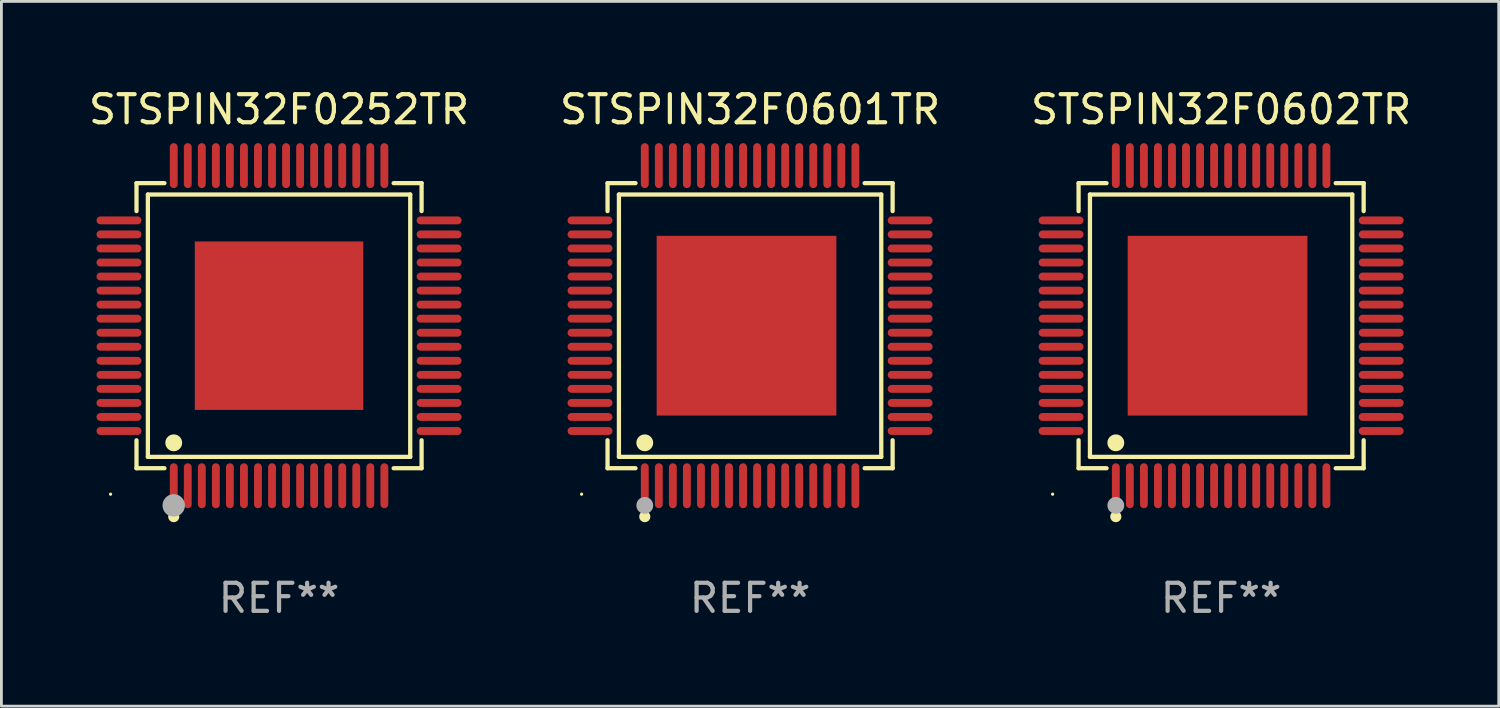
<source format=kicad_pcb>
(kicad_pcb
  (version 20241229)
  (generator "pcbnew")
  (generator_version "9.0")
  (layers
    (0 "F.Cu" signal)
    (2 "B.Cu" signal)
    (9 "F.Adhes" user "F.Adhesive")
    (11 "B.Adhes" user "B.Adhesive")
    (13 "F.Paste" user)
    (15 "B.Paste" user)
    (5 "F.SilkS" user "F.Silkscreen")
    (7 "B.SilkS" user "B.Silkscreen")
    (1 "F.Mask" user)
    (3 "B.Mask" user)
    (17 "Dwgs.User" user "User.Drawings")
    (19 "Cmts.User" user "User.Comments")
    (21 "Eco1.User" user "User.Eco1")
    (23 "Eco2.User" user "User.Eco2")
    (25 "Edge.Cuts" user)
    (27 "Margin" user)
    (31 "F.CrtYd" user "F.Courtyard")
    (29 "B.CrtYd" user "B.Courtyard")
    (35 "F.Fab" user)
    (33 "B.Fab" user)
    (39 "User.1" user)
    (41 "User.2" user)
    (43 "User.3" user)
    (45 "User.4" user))
  (footprint "STSPIN32F0601TR"
    (layer "F.Cu")
    (at 23.661 8.548)
    (property "Reference" "STSPIN32F0601TR" (at 0 -7.7 0) (layer "F.SilkS") (effects (font (size 1 1) (thickness 0.15))))
    (attr through_hole)
    (fp_line (start -5.076 -5.076) (end -4.08 -5.076) (stroke (width 0.152) (type solid)) (layer "F.SilkS"))
    (fp_line (start -5.076 -4.08) (end -5.076 -5.076) (stroke (width 0.152) (type solid)) (layer "F.SilkS"))
    (fp_line (start -5.076 4.08) (end -5.076 5.076) (stroke (width 0.152) (type solid)) (layer "F.SilkS"))
    (fp_line (start -5.076 5.076) (end -4.08 5.076) (stroke (width 0.152) (type solid)) (layer "F.SilkS"))
    (fp_line (start -4.671 -4.671) (end 4.671 -4.671) (stroke (width 0.152) (type solid)) (layer "F.SilkS"))
    (fp_line (start -4.671 4.671) (end -4.671 -4.671) (stroke (width 0.152) (type solid)) (layer "F.SilkS"))
    (fp_line (start 4.671 -4.671) (end 4.671 4.671) (stroke (width 0.152) (type solid)) (layer "F.SilkS"))
    (fp_line (start 4.671 4.671) (end -4.671 4.671) (stroke (width 0.152) (type solid)) (layer "F.SilkS"))
    (fp_line (start 5.076 -5.076) (end 4.08 -5.076) (stroke (width 0.152) (type solid)) (layer "F.SilkS"))
    (fp_line (start 5.076 -4.08) (end 5.076 -5.076) (stroke (width 0.152) (type solid)) (layer "F.SilkS"))
    (fp_line (start 5.076 4.08) (end 5.076 5.076) (stroke (width 0.152) (type solid)) (layer "F.SilkS"))
    (fp_line (start 5.076 5.076) (end 4.08 5.076) (stroke (width 0.152) (type solid)) (layer "F.SilkS"))
    (fp_circle (center -6 6) (end -5.97 6) (stroke (width 0.06) (type solid)) (fill no) (layer "F.SilkS"))
    (fp_circle (center -3.75 4.171) (end -3.6 4.171) (stroke (width 0.3) (type solid)) (fill no) (layer "F.SilkS"))
    (fp_circle (center -3.75 6.8) (end -3.65 6.8) (stroke (width 0.2) (type solid)) (fill no) (layer "F.SilkS"))
    (fp_circle (center -3.75 6.4) (end -3.6 6.4) (stroke (width 0.3) (type solid)) (fill no) (layer "F.Fab"))
    (fp_text user "REF**" (at 0 9.7 0) (layer "F.Fab") (effects (font (size 1 1) (thickness 0.15))))
    (pad "1" smd oval (at -3.75 5.7) (size 0.28 1.6) (layers "F.Cu" "F.Mask" "F.Paste"))
    (pad "2" smd oval (at -3.25 5.7) (size 0.28 1.6) (layers "F.Cu" "F.Mask" "F.Paste"))
    (pad "3" smd oval (at -2.75 5.7) (size 0.28 1.6) (layers "F.Cu" "F.Mask" "F.Paste"))
    (pad "4" smd oval (at -2.25 5.7) (size 0.28 1.6) (layers "F.Cu" "F.Mask" "F.Paste"))
    (pad "5" smd oval (at -1.75 5.7) (size 0.28 1.6) (layers "F.Cu" "F.Mask" "F.Paste"))
    (pad "6" smd oval (at -1.25 5.7) (size 0.28 1.6) (layers "F.Cu" "F.Mask" "F.Paste"))
    (pad "7" smd oval (at -0.75 5.7) (size 0.28 1.6) (layers "F.Cu" "F.Mask" "F.Paste"))
    (pad "8" smd oval (at -0.25 5.7) (size 0.28 1.6) (layers "F.Cu" "F.Mask" "F.Paste"))
    (pad "9" smd oval (at 0.25 5.7) (size 0.28 1.6) (layers "F.Cu" "F.Mask" "F.Paste"))
    (pad "10" smd oval (at 0.75 5.7) (size 0.28 1.6) (layers "F.Cu" "F.Mask" "F.Paste"))
    (pad "11" smd oval (at 1.25 5.7) (size 0.28 1.6) (layers "F.Cu" "F.Mask" "F.Paste"))
    (pad "12" smd oval (at 1.75 5.7) (size 0.28 1.6) (layers "F.Cu" "F.Mask" "F.Paste"))
    (pad "13" smd oval (at 2.25 5.7) (size 0.28 1.6) (layers "F.Cu" "F.Mask" "F.Paste"))
    (pad "14" smd oval (at 2.75 5.7) (size 0.28 1.6) (layers "F.Cu" "F.Mask" "F.Paste"))
    (pad "15" smd oval (at 3.25 5.7) (size 0.28 1.6) (layers "F.Cu" "F.Mask" "F.Paste"))
    (pad "16" smd oval (at 3.75 5.7) (size 0.28 1.6) (layers "F.Cu" "F.Mask" "F.Paste"))
    (pad "17" smd oval (at 5.7 3.75) (size 1.6 0.28) (layers "F.Cu" "F.Mask" "F.Paste"))
    (pad "18" smd oval (at 5.7 3.25) (size 1.6 0.28) (layers "F.Cu" "F.Mask" "F.Paste"))
    (pad "19" smd oval (at 5.7 2.75) (size 1.6 0.28) (layers "F.Cu" "F.Mask" "F.Paste"))
    (pad "20" smd oval (at 5.7 2.25) (size 1.6 0.28) (layers "F.Cu" "F.Mask" "F.Paste"))
    (pad "21" smd oval (at 5.7 1.75) (size 1.6 0.28) (layers "F.Cu" "F.Mask" "F.Paste"))
    (pad "22" smd oval (at 5.7 1.25) (size 1.6 0.28) (layers "F.Cu" "F.Mask" "F.Paste"))
    (pad "23" smd oval (at 5.7 0.75) (size 1.6 0.28) (layers "F.Cu" "F.Mask" "F.Paste"))
    (pad "24" smd oval (at 5.7 0.25) (size 1.6 0.28) (layers "F.Cu" "F.Mask" "F.Paste"))
    (pad "25" smd oval (at 5.7 -0.25) (size 1.6 0.28) (layers "F.Cu" "F.Mask" "F.Paste"))
    (pad "26" smd oval (at 5.7 -0.75) (size 1.6 0.28) (layers "F.Cu" "F.Mask" "F.Paste"))
    (pad "27" smd oval (at 5.7 -1.25) (size 1.6 0.28) (layers "F.Cu" "F.Mask" "F.Paste"))
    (pad "28" smd oval (at 5.7 -1.75) (size 1.6 0.28) (layers "F.Cu" "F.Mask" "F.Paste"))
    (pad "29" smd oval (at 5.7 -2.25) (size 1.6 0.28) (layers "F.Cu" "F.Mask" "F.Paste"))
    (pad "30" smd oval (at 5.7 -2.75) (size 1.6 0.28) (layers "F.Cu" "F.Mask" "F.Paste"))
    (pad "31" smd oval (at 5.7 -3.25) (size 1.6 0.28) (layers "F.Cu" "F.Mask" "F.Paste"))
    (pad "32" smd oval (at 5.7 -3.75) (size 1.6 0.28) (layers "F.Cu" "F.Mask" "F.Paste"))
    (pad "33" smd oval (at 3.75 -5.7) (size 0.28 1.6) (layers "F.Cu" "F.Mask" "F.Paste"))
    (pad "34" smd oval (at 3.25 -5.7) (size 0.28 1.6) (layers "F.Cu" "F.Mask" "F.Paste"))
    (pad "35" smd oval (at 2.75 -5.7) (size 0.28 1.6) (layers "F.Cu" "F.Mask" "F.Paste"))
    (pad "36" smd oval (at 2.25 -5.7) (size 0.28 1.6) (layers "F.Cu" "F.Mask" "F.Paste"))
    (pad "37" smd oval (at 1.75 -5.7) (size 0.28 1.6) (layers "F.Cu" "F.Mask" "F.Paste"))
    (pad "38" smd oval (at 1.25 -5.7) (size 0.28 1.6) (layers "F.Cu" "F.Mask" "F.Paste"))
    (pad "39" smd oval (at 0.75 -5.7) (size 0.28 1.6) (layers "F.Cu" "F.Mask" "F.Paste"))
    (pad "40" smd oval (at 0.25 -5.7) (size 0.28 1.6) (layers "F.Cu" "F.Mask" "F.Paste"))
    (pad "41" smd oval (at -0.25 -5.7) (size 0.28 1.6) (layers "F.Cu" "F.Mask" "F.Paste"))
    (pad "42" smd oval (at -0.75 -5.7) (size 0.28 1.6) (layers "F.Cu" "F.Mask" "F.Paste"))
    (pad "43" smd oval (at -1.25 -5.7) (size 0.28 1.6) (layers "F.Cu" "F.Mask" "F.Paste"))
    (pad "44" smd oval (at -1.75 -5.7) (size 0.28 1.6) (layers "F.Cu" "F.Mask" "F.Paste"))
    (pad "45" smd oval (at -2.25 -5.7) (size 0.28 1.6) (layers "F.Cu" "F.Mask" "F.Paste"))
    (pad "46" smd oval (at -2.75 -5.7) (size 0.28 1.6) (layers "F.Cu" "F.Mask" "F.Paste"))
    (pad "47" smd oval (at -3.25 -5.7) (size 0.28 1.6) (layers "F.Cu" "F.Mask" "F.Paste"))
    (pad "48" smd oval (at -3.75 -5.7) (size 0.28 1.6) (layers "F.Cu" "F.Mask" "F.Paste"))
    (pad "49" smd oval (at -5.7 -3.75) (size 1.6 0.28) (layers "F.Cu" "F.Mask" "F.Paste"))
    (pad "50" smd oval (at -5.7 -3.25) (size 1.6 0.28) (layers "F.Cu" "F.Mask" "F.Paste"))
    (pad "51" smd oval (at -5.7 -2.75) (size 1.6 0.28) (layers "F.Cu" "F.Mask" "F.Paste"))
    (pad "52" smd oval (at -5.7 -2.25) (size 1.6 0.28) (layers "F.Cu" "F.Mask" "F.Paste"))
    (pad "53" smd oval (at -5.7 -1.75) (size 1.6 0.28) (layers "F.Cu" "F.Mask" "F.Paste"))
    (pad "54" smd oval (at -5.7 -1.25) (size 1.6 0.28) (layers "F.Cu" "F.Mask" "F.Paste"))
    (pad "55" smd oval (at -5.7 -0.75) (size 1.6 0.28) (layers "F.Cu" "F.Mask" "F.Paste"))
    (pad "56" smd oval (at -5.7 -0.25) (size 1.6 0.28) (layers "F.Cu" "F.Mask" "F.Paste"))
    (pad "57" smd oval (at -5.7 0.25) (size 1.6 0.28) (layers "F.Cu" "F.Mask" "F.Paste"))
    (pad "58" smd oval (at -5.7 0.75) (size 1.6 0.28) (layers "F.Cu" "F.Mask" "F.Paste"))
    (pad "59" smd oval (at -5.7 1.25) (size 1.6 0.28) (layers "F.Cu" "F.Mask" "F.Paste"))
    (pad "60" smd oval (at -5.7 1.75) (size 1.6 0.28) (layers "F.Cu" "F.Mask" "F.Paste"))
    (pad "61" smd oval (at -5.7 2.25) (size 1.6 0.28) (layers "F.Cu" "F.Mask" "F.Paste"))
    (pad "62" smd oval (at -5.7 2.75) (size 1.6 0.28) (layers "F.Cu" "F.Mask" "F.Paste"))
    (pad "63" smd oval (at -5.7 3.25) (size 1.6 0.28) (layers "F.Cu" "F.Mask" "F.Paste"))
    (pad "64" smd oval (at -5.7 3.75) (size 1.6 0.28) (layers "F.Cu" "F.Mask" "F.Paste"))
    (pad "65" smd rect (at -0.127 0) (size 6.4 6.4) (layers "F.Cu" "F.Mask" "F.Paste")))
  (footprint "STSPIN32F0602TR"
    (layer "F.Cu")
    (at 40.435 8.548)
    (property "Reference" "STSPIN32F0602TR" (at 0 -7.7 0) (layer "F.SilkS") (effects (font (size 1 1) (thickness 0.15))))
    (attr through_hole)
    (fp_line (start -5.076 -5.076) (end -4.08 -5.076) (stroke (width 0.152) (type solid)) (layer "F.SilkS"))
    (fp_line (start -5.076 -4.08) (end -5.076 -5.076) (stroke (width 0.152) (type solid)) (layer "F.SilkS"))
    (fp_line (start -5.076 4.08) (end -5.076 5.076) (stroke (width 0.152) (type solid)) (layer "F.SilkS"))
    (fp_line (start -5.076 5.076) (end -4.08 5.076) (stroke (width 0.152) (type solid)) (layer "F.SilkS"))
    (fp_line (start -4.671 -4.671) (end 4.671 -4.671) (stroke (width 0.152) (type solid)) (layer "F.SilkS"))
    (fp_line (start -4.671 4.671) (end -4.671 -4.671) (stroke (width 0.152) (type solid)) (layer "F.SilkS"))
    (fp_line (start 4.671 -4.671) (end 4.671 4.671) (stroke (width 0.152) (type solid)) (layer "F.SilkS"))
    (fp_line (start 4.671 4.671) (end -4.671 4.671) (stroke (width 0.152) (type solid)) (layer "F.SilkS"))
    (fp_line (start 5.076 -5.076) (end 4.08 -5.076) (stroke (width 0.152) (type solid)) (layer "F.SilkS"))
    (fp_line (start 5.076 -4.08) (end 5.076 -5.076) (stroke (width 0.152) (type solid)) (layer "F.SilkS"))
    (fp_line (start 5.076 4.08) (end 5.076 5.076) (stroke (width 0.152) (type solid)) (layer "F.SilkS"))
    (fp_line (start 5.076 5.076) (end 4.08 5.076) (stroke (width 0.152) (type solid)) (layer "F.SilkS"))
    (fp_circle (center -6 6) (end -5.97 6) (stroke (width 0.06) (type solid)) (fill no) (layer "F.SilkS"))
    (fp_circle (center -3.75 4.171) (end -3.6 4.171) (stroke (width 0.3) (type solid)) (fill no) (layer "F.SilkS"))
    (fp_circle (center -3.75 6.8) (end -3.65 6.8) (stroke (width 0.2) (type solid)) (fill no) (layer "F.SilkS"))
    (fp_circle (center -3.75 6.4) (end -3.6 6.4) (stroke (width 0.3) (type solid)) (fill no) (layer "F.Fab"))
    (fp_text user "REF**" (at 0 9.7 0) (layer "F.Fab") (effects (font (size 1 1) (thickness 0.15))))
    (pad "1" smd oval (at -3.75 5.7) (size 0.28 1.6) (layers "F.Cu" "F.Mask" "F.Paste"))
    (pad "2" smd oval (at -3.25 5.7) (size 0.28 1.6) (layers "F.Cu" "F.Mask" "F.Paste"))
    (pad "3" smd oval (at -2.75 5.7) (size 0.28 1.6) (layers "F.Cu" "F.Mask" "F.Paste"))
    (pad "4" smd oval (at -2.25 5.7) (size 0.28 1.6) (layers "F.Cu" "F.Mask" "F.Paste"))
    (pad "5" smd oval (at -1.75 5.7) (size 0.28 1.6) (layers "F.Cu" "F.Mask" "F.Paste"))
    (pad "6" smd oval (at -1.25 5.7) (size 0.28 1.6) (layers "F.Cu" "F.Mask" "F.Paste"))
    (pad "7" smd oval (at -0.75 5.7) (size 0.28 1.6) (layers "F.Cu" "F.Mask" "F.Paste"))
    (pad "8" smd oval (at -0.25 5.7) (size 0.28 1.6) (layers "F.Cu" "F.Mask" "F.Paste"))
    (pad "9" smd oval (at 0.25 5.7) (size 0.28 1.6) (layers "F.Cu" "F.Mask" "F.Paste"))
    (pad "10" smd oval (at 0.75 5.7) (size 0.28 1.6) (layers "F.Cu" "F.Mask" "F.Paste"))
    (pad "11" smd oval (at 1.25 5.7) (size 0.28 1.6) (layers "F.Cu" "F.Mask" "F.Paste"))
    (pad "12" smd oval (at 1.75 5.7) (size 0.28 1.6) (layers "F.Cu" "F.Mask" "F.Paste"))
    (pad "13" smd oval (at 2.25 5.7) (size 0.28 1.6) (layers "F.Cu" "F.Mask" "F.Paste"))
    (pad "14" smd oval (at 2.75 5.7) (size 0.28 1.6) (layers "F.Cu" "F.Mask" "F.Paste"))
    (pad "15" smd oval (at 3.25 5.7) (size 0.28 1.6) (layers "F.Cu" "F.Mask" "F.Paste"))
    (pad "16" smd oval (at 3.75 5.7) (size 0.28 1.6) (layers "F.Cu" "F.Mask" "F.Paste"))
    (pad "17" smd oval (at 5.7 3.75) (size 1.6 0.28) (layers "F.Cu" "F.Mask" "F.Paste"))
    (pad "18" smd oval (at 5.7 3.25) (size 1.6 0.28) (layers "F.Cu" "F.Mask" "F.Paste"))
    (pad "19" smd oval (at 5.7 2.75) (size 1.6 0.28) (layers "F.Cu" "F.Mask" "F.Paste"))
    (pad "20" smd oval (at 5.7 2.25) (size 1.6 0.28) (layers "F.Cu" "F.Mask" "F.Paste"))
    (pad "21" smd oval (at 5.7 1.75) (size 1.6 0.28) (layers "F.Cu" "F.Mask" "F.Paste"))
    (pad "22" smd oval (at 5.7 1.25) (size 1.6 0.28) (layers "F.Cu" "F.Mask" "F.Paste"))
    (pad "23" smd oval (at 5.7 0.75) (size 1.6 0.28) (layers "F.Cu" "F.Mask" "F.Paste"))
    (pad "24" smd oval (at 5.7 0.25) (size 1.6 0.28) (layers "F.Cu" "F.Mask" "F.Paste"))
    (pad "25" smd oval (at 5.7 -0.25) (size 1.6 0.28) (layers "F.Cu" "F.Mask" "F.Paste"))
    (pad "26" smd oval (at 5.7 -0.75) (size 1.6 0.28) (layers "F.Cu" "F.Mask" "F.Paste"))
    (pad "27" smd oval (at 5.7 -1.25) (size 1.6 0.28) (layers "F.Cu" "F.Mask" "F.Paste"))
    (pad "28" smd oval (at 5.7 -1.75) (size 1.6 0.28) (layers "F.Cu" "F.Mask" "F.Paste"))
    (pad "29" smd oval (at 5.7 -2.25) (size 1.6 0.28) (layers "F.Cu" "F.Mask" "F.Paste"))
    (pad "30" smd oval (at 5.7 -2.75) (size 1.6 0.28) (layers "F.Cu" "F.Mask" "F.Paste"))
    (pad "31" smd oval (at 5.7 -3.25) (size 1.6 0.28) (layers "F.Cu" "F.Mask" "F.Paste"))
    (pad "32" smd oval (at 5.7 -3.75) (size 1.6 0.28) (layers "F.Cu" "F.Mask" "F.Paste"))
    (pad "33" smd oval (at 3.75 -5.7) (size 0.28 1.6) (layers "F.Cu" "F.Mask" "F.Paste"))
    (pad "34" smd oval (at 3.25 -5.7) (size 0.28 1.6) (layers "F.Cu" "F.Mask" "F.Paste"))
    (pad "35" smd oval (at 2.75 -5.7) (size 0.28 1.6) (layers "F.Cu" "F.Mask" "F.Paste"))
    (pad "36" smd oval (at 2.25 -5.7) (size 0.28 1.6) (layers "F.Cu" "F.Mask" "F.Paste"))
    (pad "37" smd oval (at 1.75 -5.7) (size 0.28 1.6) (layers "F.Cu" "F.Mask" "F.Paste"))
    (pad "38" smd oval (at 1.25 -5.7) (size 0.28 1.6) (layers "F.Cu" "F.Mask" "F.Paste"))
    (pad "39" smd oval (at 0.75 -5.7) (size 0.28 1.6) (layers "F.Cu" "F.Mask" "F.Paste"))
    (pad "40" smd oval (at 0.25 -5.7) (size 0.28 1.6) (layers "F.Cu" "F.Mask" "F.Paste"))
    (pad "41" smd oval (at -0.25 -5.7) (size 0.28 1.6) (layers "F.Cu" "F.Mask" "F.Paste"))
    (pad "42" smd oval (at -0.75 -5.7) (size 0.28 1.6) (layers "F.Cu" "F.Mask" "F.Paste"))
    (pad "43" smd oval (at -1.25 -5.7) (size 0.28 1.6) (layers "F.Cu" "F.Mask" "F.Paste"))
    (pad "44" smd oval (at -1.75 -5.7) (size 0.28 1.6) (layers "F.Cu" "F.Mask" "F.Paste"))
    (pad "45" smd oval (at -2.25 -5.7) (size 0.28 1.6) (layers "F.Cu" "F.Mask" "F.Paste"))
    (pad "46" smd oval (at -2.75 -5.7) (size 0.28 1.6) (layers "F.Cu" "F.Mask" "F.Paste"))
    (pad "47" smd oval (at -3.25 -5.7) (size 0.28 1.6) (layers "F.Cu" "F.Mask" "F.Paste"))
    (pad "48" smd oval (at -3.75 -5.7) (size 0.28 1.6) (layers "F.Cu" "F.Mask" "F.Paste"))
    (pad "49" smd oval (at -5.7 -3.75) (size 1.6 0.28) (layers "F.Cu" "F.Mask" "F.Paste"))
    (pad "50" smd oval (at -5.7 -3.25) (size 1.6 0.28) (layers "F.Cu" "F.Mask" "F.Paste"))
    (pad "51" smd oval (at -5.7 -2.75) (size 1.6 0.28) (layers "F.Cu" "F.Mask" "F.Paste"))
    (pad "52" smd oval (at -5.7 -2.25) (size 1.6 0.28) (layers "F.Cu" "F.Mask" "F.Paste"))
    (pad "53" smd oval (at -5.7 -1.75) (size 1.6 0.28) (layers "F.Cu" "F.Mask" "F.Paste"))
    (pad "54" smd oval (at -5.7 -1.25) (size 1.6 0.28) (layers "F.Cu" "F.Mask" "F.Paste"))
    (pad "55" smd oval (at -5.7 -0.75) (size 1.6 0.28) (layers "F.Cu" "F.Mask" "F.Paste"))
    (pad "56" smd oval (at -5.7 -0.25) (size 1.6 0.28) (layers "F.Cu" "F.Mask" "F.Paste"))
    (pad "57" smd oval (at -5.7 0.25) (size 1.6 0.28) (layers "F.Cu" "F.Mask" "F.Paste"))
    (pad "58" smd oval (at -5.7 0.75) (size 1.6 0.28) (layers "F.Cu" "F.Mask" "F.Paste"))
    (pad "59" smd oval (at -5.7 1.25) (size 1.6 0.28) (layers "F.Cu" "F.Mask" "F.Paste"))
    (pad "60" smd oval (at -5.7 1.75) (size 1.6 0.28) (layers "F.Cu" "F.Mask" "F.Paste"))
    (pad "61" smd oval (at -5.7 2.25) (size 1.6 0.28) (layers "F.Cu" "F.Mask" "F.Paste"))
    (pad "62" smd oval (at -5.7 2.75) (size 1.6 0.28) (layers "F.Cu" "F.Mask" "F.Paste"))
    (pad "63" smd oval (at -5.7 3.25) (size 1.6 0.28) (layers "F.Cu" "F.Mask" "F.Paste"))
    (pad "64" smd oval (at -5.7 3.75) (size 1.6 0.28) (layers "F.Cu" "F.Mask" "F.Paste"))
    (pad "65" smd rect (at -0.127 0) (size 6.4 6.4) (layers "F.Cu" "F.Mask" "F.Paste")))
  (footprint "STSPIN32F0252TR"
    (layer "F.Cu")
    (at 6.887 8.548)
    (property "Reference" "STSPIN32F0252TR" (at 0 -7.7 0) (layer "F.SilkS") (effects (font (size 1 1) (thickness 0.15))))
    (attr through_hole)
    (fp_line (start -5.076 -5.076) (end -4.081 -5.076) (stroke (width 0.152) (type solid)) (layer "F.SilkS"))
    (fp_line (start -5.076 -4.081) (end -5.076 -5.076) (stroke (width 0.152) (type solid)) (layer "F.SilkS"))
    (fp_line (start -5.076 4.081) (end -5.076 5.076) (stroke (width 0.152) (type solid)) (layer "F.SilkS"))
    (fp_line (start -5.076 5.076) (end -4.081 5.076) (stroke (width 0.152) (type solid)) (layer "F.SilkS"))
    (fp_line (start -4.671 -4.671) (end 4.671 -4.671) (stroke (width 0.152) (type solid)) (layer "F.SilkS"))
    (fp_line (start -4.671 4.671) (end -4.671 -4.671) (stroke (width 0.152) (type solid)) (layer "F.SilkS"))
    (fp_line (start 4.671 -4.671) (end 4.671 4.671) (stroke (width 0.152) (type solid)) (layer "F.SilkS"))
    (fp_line (start 4.671 4.671) (end -4.671 4.671) (stroke (width 0.152) (type solid)) (layer "F.SilkS"))
    (fp_line (start 5.076 -5.076) (end 4.081 -5.076) (stroke (width 0.152) (type solid)) (layer "F.SilkS"))
    (fp_line (start 5.076 -4.081) (end 5.076 -5.076) (stroke (width 0.152) (type solid)) (layer "F.SilkS"))
    (fp_line (start 5.076 4.081) (end 5.076 5.076) (stroke (width 0.152) (type solid)) (layer "F.SilkS"))
    (fp_line (start 5.076 5.076) (end 4.081 5.076) (stroke (width 0.152) (type solid)) (layer "F.SilkS"))
    (fp_circle (center -6 6) (end -5.97 6) (stroke (width 0.06) (type solid)) (fill no) (layer "F.SilkS"))
    (fp_circle (center -3.75 4.171) (end -3.6 4.171) (stroke (width 0.3) (type solid)) (fill no) (layer "F.SilkS"))
    (fp_circle (center -3.75 6.8) (end -3.65 6.8) (stroke (width 0.2) (type solid)) (fill no) (layer "F.SilkS"))
    (fp_circle (center -3.75 6.4) (end -3.55 6.4) (stroke (width 0.4) (type solid)) (fill no) (layer "F.Fab"))
    (fp_text user "REF**" (at 0 9.7 0) (layer "F.Fab") (effects (font (size 1 1) (thickness 0.15))))
    (pad "1" smd oval (at -3.75 5.7) (size 0.28 1.6) (layers "F.Cu" "F.Mask" "F.Paste"))
    (pad "2" smd oval (at -3.25 5.7) (size 0.28 1.6) (layers "F.Cu" "F.Mask" "F.Paste"))
    (pad "3" smd oval (at -2.75 5.7) (size 0.28 1.6) (layers "F.Cu" "F.Mask" "F.Paste"))
    (pad "4" smd oval (at -2.25 5.7) (size 0.28 1.6) (layers "F.Cu" "F.Mask" "F.Paste"))
    (pad "5" smd oval (at -1.75 5.7) (size 0.28 1.6) (layers "F.Cu" "F.Mask" "F.Paste"))
    (pad "6" smd oval (at -1.25 5.7) (size 0.28 1.6) (layers "F.Cu" "F.Mask" "F.Paste"))
    (pad "7" smd oval (at -0.75 5.7) (size 0.28 1.6) (layers "F.Cu" "F.Mask" "F.Paste"))
    (pad "8" smd oval (at -0.25 5.7) (size 0.28 1.6) (layers "F.Cu" "F.Mask" "F.Paste"))
    (pad "9" smd oval (at 0.25 5.7) (size 0.28 1.6) (layers "F.Cu" "F.Mask" "F.Paste"))
    (pad "10" smd oval (at 0.75 5.7) (size 0.28 1.6) (layers "F.Cu" "F.Mask" "F.Paste"))
    (pad "11" smd oval (at 1.25 5.7) (size 0.28 1.6) (layers "F.Cu" "F.Mask" "F.Paste"))
    (pad "12" smd oval (at 1.75 5.7) (size 0.28 1.6) (layers "F.Cu" "F.Mask" "F.Paste"))
    (pad "13" smd oval (at 2.25 5.7) (size 0.28 1.6) (layers "F.Cu" "F.Mask" "F.Paste"))
    (pad "14" smd oval (at 2.75 5.7) (size 0.28 1.6) (layers "F.Cu" "F.Mask" "F.Paste"))
    (pad "15" smd oval (at 3.25 5.7) (size 0.28 1.6) (layers "F.Cu" "F.Mask" "F.Paste"))
    (pad "16" smd oval (at 3.75 5.7) (size 0.28 1.6) (layers "F.Cu" "F.Mask" "F.Paste"))
    (pad "17" smd oval (at 5.7 3.75) (size 1.6 0.28) (layers "F.Cu" "F.Mask" "F.Paste"))
    (pad "18" smd oval (at 5.7 3.25) (size 1.6 0.28) (layers "F.Cu" "F.Mask" "F.Paste"))
    (pad "19" smd oval (at 5.7 2.75) (size 1.6 0.28) (layers "F.Cu" "F.Mask" "F.Paste"))
    (pad "20" smd oval (at 5.7 2.25) (size 1.6 0.28) (layers "F.Cu" "F.Mask" "F.Paste"))
    (pad "21" smd oval (at 5.7 1.75) (size 1.6 0.28) (layers "F.Cu" "F.Mask" "F.Paste"))
    (pad "22" smd oval (at 5.7 1.25) (size 1.6 0.28) (layers "F.Cu" "F.Mask" "F.Paste"))
    (pad "23" smd oval (at 5.7 0.75) (size 1.6 0.28) (layers "F.Cu" "F.Mask" "F.Paste"))
    (pad "24" smd oval (at 5.7 0.25) (size 1.6 0.28) (layers "F.Cu" "F.Mask" "F.Paste"))
    (pad "25" smd oval (at 5.7 -0.25) (size 1.6 0.28) (layers "F.Cu" "F.Mask" "F.Paste"))
    (pad "26" smd oval (at 5.7 -0.75) (size 1.6 0.28) (layers "F.Cu" "F.Mask" "F.Paste"))
    (pad "27" smd oval (at 5.7 -1.25) (size 1.6 0.28) (layers "F.Cu" "F.Mask" "F.Paste"))
    (pad "28" smd oval (at 5.7 -1.75) (size 1.6 0.28) (layers "F.Cu" "F.Mask" "F.Paste"))
    (pad "29" smd oval (at 5.7 -2.25) (size 1.6 0.28) (layers "F.Cu" "F.Mask" "F.Paste"))
    (pad "30" smd oval (at 5.7 -2.75) (size 1.6 0.28) (layers "F.Cu" "F.Mask" "F.Paste"))
    (pad "31" smd oval (at 5.7 -3.25) (size 1.6 0.28) (layers "F.Cu" "F.Mask" "F.Paste"))
    (pad "32" smd oval (at 5.7 -3.75) (size 1.6 0.28) (layers "F.Cu" "F.Mask" "F.Paste"))
    (pad "33" smd oval (at 3.75 -5.7) (size 0.28 1.6) (layers "F.Cu" "F.Mask" "F.Paste"))
    (pad "34" smd oval (at 3.25 -5.7) (size 0.28 1.6) (layers "F.Cu" "F.Mask" "F.Paste"))
    (pad "35" smd oval (at 2.75 -5.7) (size 0.28 1.6) (layers "F.Cu" "F.Mask" "F.Paste"))
    (pad "36" smd oval (at 2.25 -5.7) (size 0.28 1.6) (layers "F.Cu" "F.Mask" "F.Paste"))
    (pad "37" smd oval (at 1.75 -5.7) (size 0.28 1.6) (layers "F.Cu" "F.Mask" "F.Paste"))
    (pad "38" smd oval (at 1.25 -5.7) (size 0.28 1.6) (layers "F.Cu" "F.Mask" "F.Paste"))
    (pad "39" smd oval (at 0.75 -5.7) (size 0.28 1.6) (layers "F.Cu" "F.Mask" "F.Paste"))
    (pad "40" smd oval (at 0.25 -5.7) (size 0.28 1.6) (layers "F.Cu" "F.Mask" "F.Paste"))
    (pad "41" smd oval (at -0.25 -5.7) (size 0.28 1.6) (layers "F.Cu" "F.Mask" "F.Paste"))
    (pad "42" smd oval (at -0.75 -5.7) (size 0.28 1.6) (layers "F.Cu" "F.Mask" "F.Paste"))
    (pad "43" smd oval (at -1.25 -5.7) (size 0.28 1.6) (layers "F.Cu" "F.Mask" "F.Paste"))
    (pad "44" smd oval (at -1.75 -5.7) (size 0.28 1.6) (layers "F.Cu" "F.Mask" "F.Paste"))
    (pad "45" smd oval (at -2.25 -5.7) (size 0.28 1.6) (layers "F.Cu" "F.Mask" "F.Paste"))
    (pad "46" smd oval (at -2.75 -5.7) (size 0.28 1.6) (layers "F.Cu" "F.Mask" "F.Paste"))
    (pad "47" smd oval (at -3.25 -5.7) (size 0.28 1.6) (layers "F.Cu" "F.Mask" "F.Paste"))
    (pad "48" smd oval (at -3.75 -5.7) (size 0.28 1.6) (layers "F.Cu" "F.Mask" "F.Paste"))
    (pad "49" smd oval (at -5.7 -3.75) (size 1.6 0.28) (layers "F.Cu" "F.Mask" "F.Paste"))
    (pad "50" smd oval (at -5.7 -3.25) (size 1.6 0.28) (layers "F.Cu" "F.Mask" "F.Paste"))
    (pad "51" smd oval (at -5.7 -2.75) (size 1.6 0.28) (layers "F.Cu" "F.Mask" "F.Paste"))
    (pad "52" smd oval (at -5.7 -2.25) (size 1.6 0.28) (layers "F.Cu" "F.Mask" "F.Paste"))
    (pad "53" smd oval (at -5.7 -1.75) (size 1.6 0.28) (layers "F.Cu" "F.Mask" "F.Paste"))
    (pad "54" smd oval (at -5.7 -1.25) (size 1.6 0.28) (layers "F.Cu" "F.Mask" "F.Paste"))
    (pad "55" smd oval (at -5.7 -0.75) (size 1.6 0.28) (layers "F.Cu" "F.Mask" "F.Paste"))
    (pad "56" smd oval (at -5.7 -0.25) (size 1.6 0.28) (layers "F.Cu" "F.Mask" "F.Paste"))
    (pad "57" smd oval (at -5.7 0.25) (size 1.6 0.28) (layers "F.Cu" "F.Mask" "F.Paste"))
    (pad "58" smd oval (at -5.7 0.75) (size 1.6 0.28) (layers "F.Cu" "F.Mask" "F.Paste"))
    (pad "59" smd oval (at -5.7 1.25) (size 1.6 0.28) (layers "F.Cu" "F.Mask" "F.Paste"))
    (pad "60" smd oval (at -5.7 1.75) (size 1.6 0.28) (layers "F.Cu" "F.Mask" "F.Paste"))
    (pad "61" smd oval (at -5.7 2.25) (size 1.6 0.28) (layers "F.Cu" "F.Mask" "F.Paste"))
    (pad "62" smd oval (at -5.7 2.75) (size 1.6 0.28) (layers "F.Cu" "F.Mask" "F.Paste"))
    (pad "63" smd oval (at -5.7 3.25) (size 1.6 0.28) (layers "F.Cu" "F.Mask" "F.Paste"))
    (pad "64" smd oval (at -5.7 3.75) (size 1.6 0.28) (layers "F.Cu" "F.Mask" "F.Paste"))
    (pad "65" smd rect (at 0 0) (size 6 6) (layers "F.Cu" "F.Mask" "F.Paste")))
  (gr_rect
    (start -3 -3)
    (end 50.321 22.097)
    (stroke (width 0.1) (type default))
    (fill no)
    (layer "Edge.Cuts")))
</source>
